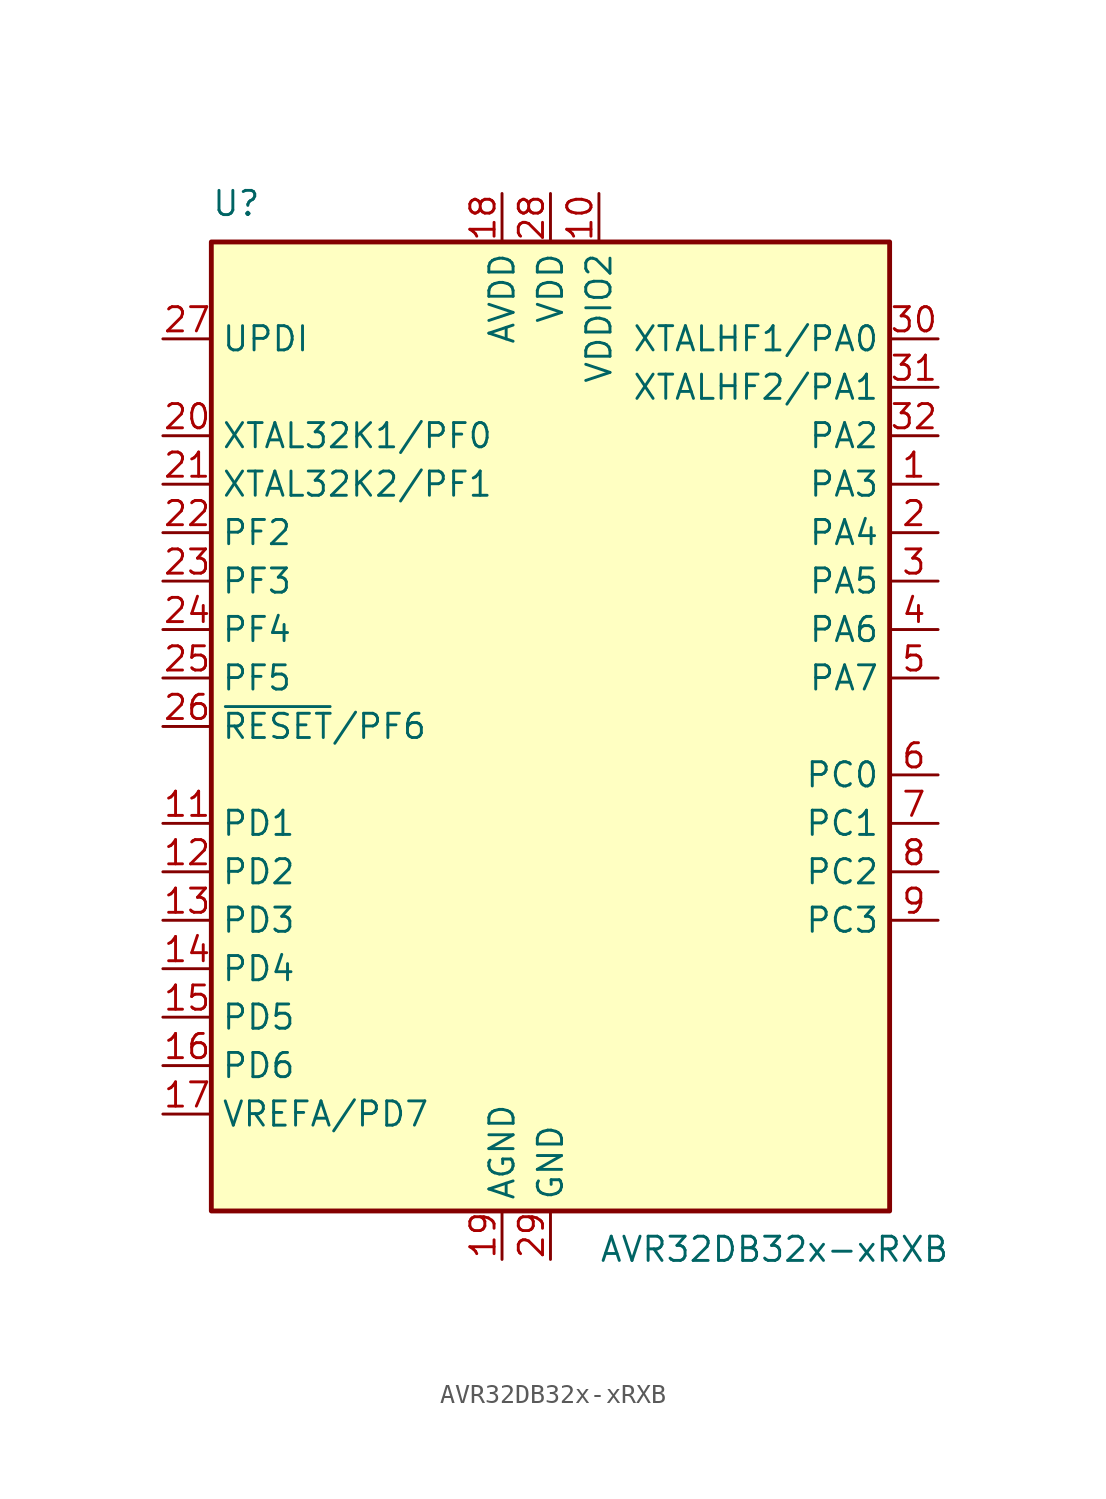
<source format=kicad_sym>
(kicad_symbol_lib
  (version 20211014)
  (generator kicad_symbol_editor)
  (symbol "AVR32DB32x-xRXB"
    (property "Reference" "U"
      (at -17.78 26.67 0)
      (effects (font (size 1.27 1.27)) (justify left bottom)))
    (property "Value" "AVR32DB32x-xRXB"
      (at 2.54 -26.67 0)
      (effects (font (size 1.27 1.27)) (justify left top)))
    (symbol "AVR32DB32x-xRXB_0_1"
      (rectangle (start -17.78 25.4) (end 17.78 -25.4) (stroke (width 0.254) (type default) (color 0 0 0 0)) (fill (type background))))
    (symbol "AVR32DB32x-xRXB_1_1"
      (pin bidirectional line (at 20.32 20.32 180) (length 2.54) (name "XTALHF1/PA0" (effects (font (size 1.27 1.27)))) (number "30" (effects (font (size 1.27 1.27)))))
      (pin bidirectional line (at 20.32 17.78 180) (length 2.54) (name "XTALHF2/PA1" (effects (font (size 1.27 1.27)))) (number "31" (effects (font (size 1.27 1.27)))))
      (pin bidirectional line (at 20.32 15.24 180) (length 2.54) (name "PA2" (effects (font (size 1.27 1.27)))) (number "32" (effects (font (size 1.27 1.27)))))
      (pin bidirectional line (at 20.32 12.7 180) (length 2.54) (name "PA3" (effects (font (size 1.27 1.27)))) (number "1" (effects (font (size 1.27 1.27)))))
      (pin bidirectional line (at 20.32 10.16 180) (length 2.54) (name "PA4" (effects (font (size 1.27 1.27)))) (number "2" (effects (font (size 1.27 1.27)))))
      (pin bidirectional line (at 20.32 7.62 180) (length 2.54) (name "PA5" (effects (font (size 1.27 1.27)))) (number "3" (effects (font (size 1.27 1.27)))))
      (pin bidirectional line (at 20.32 5.08 180) (length 2.54) (name "PA6" (effects (font (size 1.27 1.27)))) (number "4" (effects (font (size 1.27 1.27)))))
      (pin bidirectional line (at 20.32 2.54 180) (length 2.54) (name "PA7" (effects (font (size 1.27 1.27)))) (number "5" (effects (font (size 1.27 1.27)))))
      (pin bidirectional line (at 20.32 -2.54 180) (length 2.54) (name "PC0" (effects (font (size 1.27 1.27)))) (number "6" (effects (font (size 1.27 1.27)))))
      (pin bidirectional line (at 20.32 -5.08 180) (length 2.54) (name "PC1" (effects (font (size 1.27 1.27)))) (number "7" (effects (font (size 1.27 1.27)))))
      (pin bidirectional line (at 20.32 -7.62 180) (length 2.54) (name "PC2" (effects (font (size 1.27 1.27)))) (number "8" (effects (font (size 1.27 1.27)))))
      (pin bidirectional line (at 20.32 -10.16 180) (length 2.54) (name "PC3" (effects (font (size 1.27 1.27)))) (number "9" (effects (font (size 1.27 1.27)))))
      (pin input line (at -20.32 20.32 0) (length 2.54) (name "UPDI" (effects (font (size 1.27 1.27)))) (number "27" (effects (font (size 1.27 1.27)))))
      (pin bidirectional line (at -20.32 15.24 0) (length 2.54) (name "XTAL32K1/PF0" (effects (font (size 1.27 1.27)))) (number "20" (effects (font (size 1.27 1.27)))))
      (pin bidirectional line (at -20.32 12.7 0) (length 2.54) (name "XTAL32K2/PF1" (effects (font (size 1.27 1.27)))) (number "21" (effects (font (size 1.27 1.27)))))
      (pin bidirectional line (at -20.32 10.16 0) (length 2.54) (name "PF2" (effects (font (size 1.27 1.27)))) (number "22" (effects (font (size 1.27 1.27)))))
      (pin bidirectional line (at -20.32 7.62 0) (length 2.54) (name "PF3" (effects (font (size 1.27 1.27)))) (number "23" (effects (font (size 1.27 1.27)))))
      (pin bidirectional line (at -20.32 5.08 0) (length 2.54) (name "PF4" (effects (font (size 1.27 1.27)))) (number "24" (effects (font (size 1.27 1.27)))))
      (pin bidirectional line (at -20.32 2.54 0) (length 2.54) (name "PF5" (effects (font (size 1.27 1.27)))) (number "25" (effects (font (size 1.27 1.27)))))
      (pin bidirectional line (at -20.32 0 0) (length 2.54) (name "~{RESET}/PF6" (effects (font (size 1.27 1.27)))) (number "26" (effects (font (size 1.27 1.27)))))
      (pin bidirectional line (at -20.32 -5.08 0) (length 2.54) (name "PD1" (effects (font (size 1.27 1.27)))) (number "11" (effects (font (size 1.27 1.27)))))
      (pin bidirectional line (at -20.32 -7.62 0) (length 2.54) (name "PD2" (effects (font (size 1.27 1.27)))) (number "12" (effects (font (size 1.27 1.27)))))
      (pin bidirectional line (at -20.32 -10.16 0) (length 2.54) (name "PD3" (effects (font (size 1.27 1.27)))) (number "13" (effects (font (size 1.27 1.27)))))
      (pin bidirectional line (at -20.32 -12.7 0) (length 2.54) (name "PD4" (effects (font (size 1.27 1.27)))) (number "14" (effects (font (size 1.27 1.27)))))
      (pin bidirectional line (at -20.32 -15.24 0) (length 2.54) (name "PD5" (effects (font (size 1.27 1.27)))) (number "15" (effects (font (size 1.27 1.27)))))
      (pin bidirectional line (at -20.32 -17.78 0) (length 2.54) (name "PD6" (effects (font (size 1.27 1.27)))) (number "16" (effects (font (size 1.27 1.27)))))
      (pin bidirectional line (at -20.32 -20.32 0) (length 2.54) (name "VREFA/PD7" (effects (font (size 1.27 1.27)))) (number "17" (effects (font (size 1.27 1.27)))))
      (pin power_in line (at -2.54 27.94 270) (length 2.54) (name "AVDD" (effects (font (size 1.27 1.27)))) (number "18" (effects (font (size 1.27 1.27)))))
      (pin power_in line (at 0 27.94 270) (length 2.54) (name "VDD" (effects (font (size 1.27 1.27)))) (number "28" (effects (font (size 1.27 1.27)))))
      (pin power_in line (at 2.54 27.94 270) (length 2.54) (name "VDDIO2" (effects (font (size 1.27 1.27)))) (number "10" (effects (font (size 1.27 1.27)))))
      (pin power_in line (at -2.54 -27.94 90) (length 2.54) (name "AGND" (effects (font (size 1.27 1.27)))) (number "19" (effects (font (size 1.27 1.27)))))
      (pin power_in line (at 0 -27.94 90) (length 2.54) (name "GND" (effects (font (size 1.27 1.27)))) (number "29" (effects (font (size 1.27 1.27)))))
      (pin passive line (at 0 -27.94 90) (length 2.54) hide (name "GND" (effects (font (size 1.27 1.27)))) (number "33" (effects (font (size 1.27 1.27))))))))
</source>
